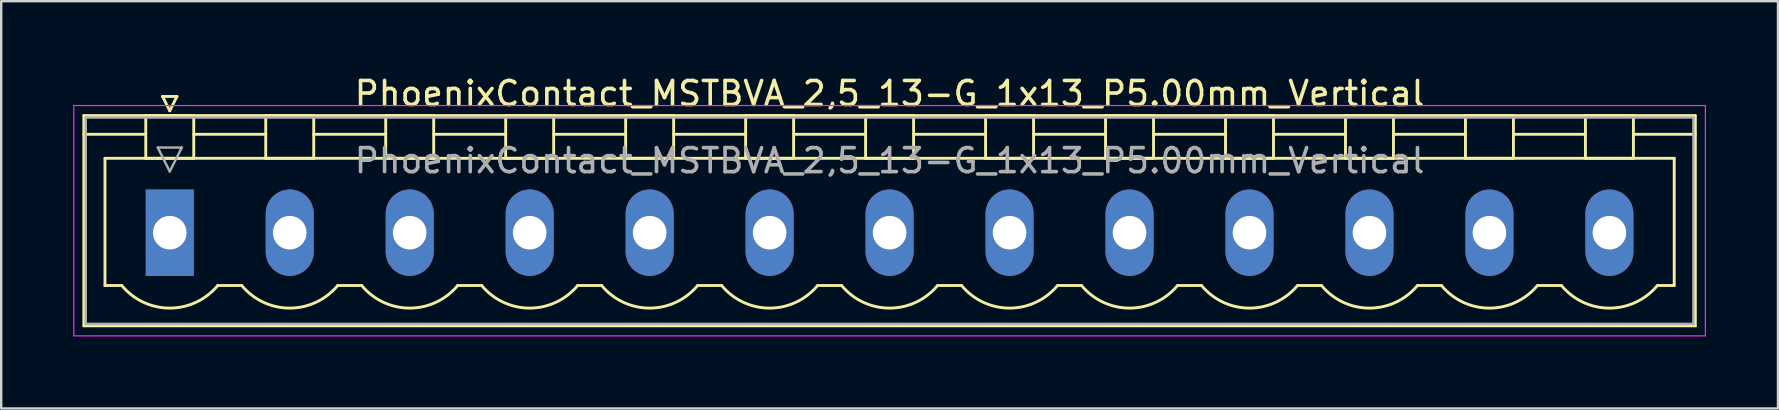
<source format=kicad_pcb>
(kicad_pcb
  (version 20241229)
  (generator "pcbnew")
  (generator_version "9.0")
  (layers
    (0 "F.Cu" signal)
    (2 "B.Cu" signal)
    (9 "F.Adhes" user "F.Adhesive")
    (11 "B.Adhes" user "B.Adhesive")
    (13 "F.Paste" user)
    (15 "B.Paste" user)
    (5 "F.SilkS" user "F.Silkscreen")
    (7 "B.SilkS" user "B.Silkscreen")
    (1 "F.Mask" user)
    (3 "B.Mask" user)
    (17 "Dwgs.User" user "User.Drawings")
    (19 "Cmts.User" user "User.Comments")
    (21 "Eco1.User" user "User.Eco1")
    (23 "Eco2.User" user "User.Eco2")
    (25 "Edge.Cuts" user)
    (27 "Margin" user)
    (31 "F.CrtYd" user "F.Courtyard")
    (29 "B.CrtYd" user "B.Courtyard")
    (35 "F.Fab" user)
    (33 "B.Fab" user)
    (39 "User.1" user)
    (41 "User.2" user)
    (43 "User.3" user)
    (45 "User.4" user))
  (footprint "PhoenixContact_MSTBVA_2,5_13-G_1x13_P5.00mm_Vertical"
    (layer "F.Cu")
    (at 4.025 6.648)
    (property "Reference" "PhoenixContact_MSTBVA_2,5_13-G_1x13_P5.00mm_Vertical" (at 30 -5.8 0) (layer "F.SilkS") (effects (font (size 1 1) (thickness 0.15))))
    (attr through_hole)
    (fp_line (start -3.58 -4.88) (end -3.58 3.88) (stroke (width 0.12) (type solid)) (layer "F.SilkS"))
    (fp_line (start -3.58 -4.1) (end -1.08 -4.1) (stroke (width 0.12) (type solid)) (layer "F.SilkS"))
    (fp_line (start -3.58 3.88) (end 63.58 3.88) (stroke (width 0.12) (type solid)) (layer "F.SilkS"))
    (fp_line (start -2.7 -3.1) (end 62.7 -3.1) (stroke (width 0.12) (type solid)) (layer "F.SilkS"))
    (fp_line (start -2.7 2.2) (end -2.7 -3.1) (stroke (width 0.12) (type solid)) (layer "F.SilkS"))
    (fp_line (start -2 2.2) (end -2.7 2.2) (stroke (width 0.12) (type solid)) (layer "F.SilkS"))
    (fp_line (start -1 -4.88) (end 1 -4.88) (stroke (width 0.12) (type solid)) (layer "F.SilkS"))
    (fp_line (start -1 -3.1) (end -1 -4.88) (stroke (width 0.12) (type solid)) (layer "F.SilkS"))
    (fp_line (start -0.3 -5.68) (end 0.3 -5.68) (stroke (width 0.12) (type solid)) (layer "F.SilkS"))
    (fp_line (start 0 -5.08) (end -0.3 -5.68) (stroke (width 0.12) (type solid)) (layer "F.SilkS"))
    (fp_line (start 0.3 -5.68) (end 0 -5.08) (stroke (width 0.12) (type solid)) (layer "F.SilkS"))
    (fp_line (start 1 -4.88) (end 1 -3.1) (stroke (width 0.12) (type solid)) (layer "F.SilkS"))
    (fp_line (start 1 -4.1) (end 4 -4.1) (stroke (width 0.12) (type solid)) (layer "F.SilkS"))
    (fp_line (start 1 -3.1) (end -1 -3.1) (stroke (width 0.12) (type solid)) (layer "F.SilkS"))
    (fp_line (start 2 2.2) (end 3 2.2) (stroke (width 0.12) (type solid)) (layer "F.SilkS"))
    (fp_line (start 4 -4.88) (end 6 -4.88) (stroke (width 0.12) (type solid)) (layer "F.SilkS"))
    (fp_line (start 4 -3.1) (end 4 -4.88) (stroke (width 0.12) (type solid)) (layer "F.SilkS"))
    (fp_line (start 6 -4.88) (end 6 -3.1) (stroke (width 0.12) (type solid)) (layer "F.SilkS"))
    (fp_line (start 6 -4.1) (end 9 -4.1) (stroke (width 0.12) (type solid)) (layer "F.SilkS"))
    (fp_line (start 6 -3.1) (end 4 -3.1) (stroke (width 0.12) (type solid)) (layer "F.SilkS"))
    (fp_line (start 7 2.2) (end 8 2.2) (stroke (width 0.12) (type solid)) (layer "F.SilkS"))
    (fp_line (start 9 -4.88) (end 11 -4.88) (stroke (width 0.12) (type solid)) (layer "F.SilkS"))
    (fp_line (start 9 -3.1) (end 9 -4.88) (stroke (width 0.12) (type solid)) (layer "F.SilkS"))
    (fp_line (start 11 -4.88) (end 11 -3.1) (stroke (width 0.12) (type solid)) (layer "F.SilkS"))
    (fp_line (start 11 -4.1) (end 14 -4.1) (stroke (width 0.12) (type solid)) (layer "F.SilkS"))
    (fp_line (start 11 -3.1) (end 9 -3.1) (stroke (width 0.12) (type solid)) (layer "F.SilkS"))
    (fp_line (start 12 2.2) (end 13 2.2) (stroke (width 0.12) (type solid)) (layer "F.SilkS"))
    (fp_line (start 14 -4.88) (end 16 -4.88) (stroke (width 0.12) (type solid)) (layer "F.SilkS"))
    (fp_line (start 14 -3.1) (end 14 -4.88) (stroke (width 0.12) (type solid)) (layer "F.SilkS"))
    (fp_line (start 16 -4.88) (end 16 -3.1) (stroke (width 0.12) (type solid)) (layer "F.SilkS"))
    (fp_line (start 16 -4.1) (end 19 -4.1) (stroke (width 0.12) (type solid)) (layer "F.SilkS"))
    (fp_line (start 16 -3.1) (end 14 -3.1) (stroke (width 0.12) (type solid)) (layer "F.SilkS"))
    (fp_line (start 17 2.2) (end 18 2.2) (stroke (width 0.12) (type solid)) (layer "F.SilkS"))
    (fp_line (start 19 -4.88) (end 21 -4.88) (stroke (width 0.12) (type solid)) (layer "F.SilkS"))
    (fp_line (start 19 -3.1) (end 19 -4.88) (stroke (width 0.12) (type solid)) (layer "F.SilkS"))
    (fp_line (start 21 -4.88) (end 21 -3.1) (stroke (width 0.12) (type solid)) (layer "F.SilkS"))
    (fp_line (start 21 -4.1) (end 24 -4.1) (stroke (width 0.12) (type solid)) (layer "F.SilkS"))
    (fp_line (start 21 -3.1) (end 19 -3.1) (stroke (width 0.12) (type solid)) (layer "F.SilkS"))
    (fp_line (start 22 2.2) (end 23 2.2) (stroke (width 0.12) (type solid)) (layer "F.SilkS"))
    (fp_line (start 24 -4.88) (end 26 -4.88) (stroke (width 0.12) (type solid)) (layer "F.SilkS"))
    (fp_line (start 24 -3.1) (end 24 -4.88) (stroke (width 0.12) (type solid)) (layer "F.SilkS"))
    (fp_line (start 26 -4.88) (end 26 -3.1) (stroke (width 0.12) (type solid)) (layer "F.SilkS"))
    (fp_line (start 26 -4.1) (end 29 -4.1) (stroke (width 0.12) (type solid)) (layer "F.SilkS"))
    (fp_line (start 26 -3.1) (end 24 -3.1) (stroke (width 0.12) (type solid)) (layer "F.SilkS"))
    (fp_line (start 27 2.2) (end 28 2.2) (stroke (width 0.12) (type solid)) (layer "F.SilkS"))
    (fp_line (start 29 -4.88) (end 31 -4.88) (stroke (width 0.12) (type solid)) (layer "F.SilkS"))
    (fp_line (start 29 -3.1) (end 29 -4.88) (stroke (width 0.12) (type solid)) (layer "F.SilkS"))
    (fp_line (start 31 -4.88) (end 31 -3.1) (stroke (width 0.12) (type solid)) (layer "F.SilkS"))
    (fp_line (start 31 -4.1) (end 34 -4.1) (stroke (width 0.12) (type solid)) (layer "F.SilkS"))
    (fp_line (start 31 -3.1) (end 29 -3.1) (stroke (width 0.12) (type solid)) (layer "F.SilkS"))
    (fp_line (start 32 2.2) (end 33 2.2) (stroke (width 0.12) (type solid)) (layer "F.SilkS"))
    (fp_line (start 34 -4.88) (end 36 -4.88) (stroke (width 0.12) (type solid)) (layer "F.SilkS"))
    (fp_line (start 34 -3.1) (end 34 -4.88) (stroke (width 0.12) (type solid)) (layer "F.SilkS"))
    (fp_line (start 36 -4.88) (end 36 -3.1) (stroke (width 0.12) (type solid)) (layer "F.SilkS"))
    (fp_line (start 36 -4.1) (end 39 -4.1) (stroke (width 0.12) (type solid)) (layer "F.SilkS"))
    (fp_line (start 36 -3.1) (end 34 -3.1) (stroke (width 0.12) (type solid)) (layer "F.SilkS"))
    (fp_line (start 37 2.2) (end 38 2.2) (stroke (width 0.12) (type solid)) (layer "F.SilkS"))
    (fp_line (start 39 -4.88) (end 41 -4.88) (stroke (width 0.12) (type solid)) (layer "F.SilkS"))
    (fp_line (start 39 -3.1) (end 39 -4.88) (stroke (width 0.12) (type solid)) (layer "F.SilkS"))
    (fp_line (start 41 -4.88) (end 41 -3.1) (stroke (width 0.12) (type solid)) (layer "F.SilkS"))
    (fp_line (start 41 -4.1) (end 44 -4.1) (stroke (width 0.12) (type solid)) (layer "F.SilkS"))
    (fp_line (start 41 -3.1) (end 39 -3.1) (stroke (width 0.12) (type solid)) (layer "F.SilkS"))
    (fp_line (start 42 2.2) (end 43 2.2) (stroke (width 0.12) (type solid)) (layer "F.SilkS"))
    (fp_line (start 44 -4.88) (end 46 -4.88) (stroke (width 0.12) (type solid)) (layer "F.SilkS"))
    (fp_line (start 44 -3.1) (end 44 -4.88) (stroke (width 0.12) (type solid)) (layer "F.SilkS"))
    (fp_line (start 46 -4.88) (end 46 -3.1) (stroke (width 0.12) (type solid)) (layer "F.SilkS"))
    (fp_line (start 46 -4.1) (end 49 -4.1) (stroke (width 0.12) (type solid)) (layer "F.SilkS"))
    (fp_line (start 46 -3.1) (end 44 -3.1) (stroke (width 0.12) (type solid)) (layer "F.SilkS"))
    (fp_line (start 47 2.2) (end 48 2.2) (stroke (width 0.12) (type solid)) (layer "F.SilkS"))
    (fp_line (start 49 -4.88) (end 51 -4.88) (stroke (width 0.12) (type solid)) (layer "F.SilkS"))
    (fp_line (start 49 -3.1) (end 49 -4.88) (stroke (width 0.12) (type solid)) (layer "F.SilkS"))
    (fp_line (start 51 -4.88) (end 51 -3.1) (stroke (width 0.12) (type solid)) (layer "F.SilkS"))
    (fp_line (start 51 -4.1) (end 54 -4.1) (stroke (width 0.12) (type solid)) (layer "F.SilkS"))
    (fp_line (start 51 -3.1) (end 49 -3.1) (stroke (width 0.12) (type solid)) (layer "F.SilkS"))
    (fp_line (start 52 2.2) (end 53 2.2) (stroke (width 0.12) (type solid)) (layer "F.SilkS"))
    (fp_line (start 54 -4.88) (end 56 -4.88) (stroke (width 0.12) (type solid)) (layer "F.SilkS"))
    (fp_line (start 54 -3.1) (end 54 -4.88) (stroke (width 0.12) (type solid)) (layer "F.SilkS"))
    (fp_line (start 56 -4.88) (end 56 -3.1) (stroke (width 0.12) (type solid)) (layer "F.SilkS"))
    (fp_line (start 56 -4.1) (end 59 -4.1) (stroke (width 0.12) (type solid)) (layer "F.SilkS"))
    (fp_line (start 56 -3.1) (end 54 -3.1) (stroke (width 0.12) (type solid)) (layer "F.SilkS"))
    (fp_line (start 57 2.2) (end 58 2.2) (stroke (width 0.12) (type solid)) (layer "F.SilkS"))
    (fp_line (start 59 -4.88) (end 61 -4.88) (stroke (width 0.12) (type solid)) (layer "F.SilkS"))
    (fp_line (start 59 -3.1) (end 59 -4.88) (stroke (width 0.12) (type solid)) (layer "F.SilkS"))
    (fp_line (start 61 -4.88) (end 61 -3.1) (stroke (width 0.12) (type solid)) (layer "F.SilkS"))
    (fp_line (start 61 -3.1) (end 59 -3.1) (stroke (width 0.12) (type solid)) (layer "F.SilkS"))
    (fp_line (start 62.7 -3.1) (end 62.7 2.2) (stroke (width 0.12) (type solid)) (layer "F.SilkS"))
    (fp_line (start 62.7 2.2) (end 62 2.2) (stroke (width 0.12) (type solid)) (layer "F.SilkS"))
    (fp_line (start 63.58 -4.88) (end -3.58 -4.88) (stroke (width 0.12) (type solid)) (layer "F.SilkS"))
    (fp_line (start 63.58 -4.1) (end 61.08 -4.1) (stroke (width 0.12) (type solid)) (layer "F.SilkS"))
    (fp_line (start 63.58 3.88) (end 63.58 -4.88) (stroke (width 0.12) (type solid)) (layer "F.SilkS"))
    (fp_arc (start 1.986842 2.215821) (mid -0.010289 3.142758) (end -2 2.2) (stroke (width 0.12) (type solid)) (layer "F.SilkS"))
    (fp_arc (start 6.986842 2.215821) (mid 4.989711 3.142758) (end 3 2.2) (stroke (width 0.12) (type solid)) (layer "F.SilkS"))
    (fp_arc (start 11.986842 2.215821) (mid 9.989711 3.142758) (end 8 2.2) (stroke (width 0.12) (type solid)) (layer "F.SilkS"))
    (fp_arc (start 16.986842 2.215821) (mid 14.989711 3.142758) (end 13 2.2) (stroke (width 0.12) (type solid)) (layer "F.SilkS"))
    (fp_arc (start 21.986842 2.215821) (mid 19.989711 3.142758) (end 18 2.2) (stroke (width 0.12) (type solid)) (layer "F.SilkS"))
    (fp_arc (start 26.986842 2.215821) (mid 24.989711 3.142758) (end 23 2.2) (stroke (width 0.12) (type solid)) (layer "F.SilkS"))
    (fp_arc (start 31.986842 2.215821) (mid 29.989711 3.142758) (end 28 2.2) (stroke (width 0.12) (type solid)) (layer "F.SilkS"))
    (fp_arc (start 36.986842 2.215821) (mid 34.989711 3.142758) (end 33 2.2) (stroke (width 0.12) (type solid)) (layer "F.SilkS"))
    (fp_arc (start 41.986842 2.215821) (mid 39.989711 3.142758) (end 38 2.2) (stroke (width 0.12) (type solid)) (layer "F.SilkS"))
    (fp_arc (start 46.986842 2.215821) (mid 44.989711 3.142758) (end 43 2.2) (stroke (width 0.12) (type solid)) (layer "F.SilkS"))
    (fp_arc (start 51.986842 2.215821) (mid 49.989711 3.142758) (end 48 2.2) (stroke (width 0.12) (type solid)) (layer "F.SilkS"))
    (fp_arc (start 56.986842 2.215821) (mid 54.989711 3.142758) (end 53 2.2) (stroke (width 0.12) (type solid)) (layer "F.SilkS"))
    (fp_arc (start 61.986842 2.215821) (mid 59.989711 3.142758) (end 58 2.2) (stroke (width 0.12) (type solid)) (layer "F.SilkS"))
    (fp_line (start -4 -5.3) (end -4 4.3) (stroke (width 0.05) (type solid)) (layer "F.CrtYd"))
    (fp_line (start -4 4.3) (end 64 4.3) (stroke (width 0.05) (type solid)) (layer "F.CrtYd"))
    (fp_line (start 64 -5.3) (end -4 -5.3) (stroke (width 0.05) (type solid)) (layer "F.CrtYd"))
    (fp_line (start 64 4.3) (end 64 -5.3) (stroke (width 0.05) (type solid)) (layer "F.CrtYd"))
    (fp_line (start -3.5 -4.8) (end -3.5 3.8) (stroke (width 0.1) (type solid)) (layer "F.Fab"))
    (fp_line (start -3.5 3.8) (end 63.5 3.8) (stroke (width 0.1) (type solid)) (layer "F.Fab"))
    (fp_line (start -0.5 -3.55) (end 0.5 -3.55) (stroke (width 0.1) (type solid)) (layer "F.Fab"))
    (fp_line (start 0 -2.55) (end -0.5 -3.55) (stroke (width 0.1) (type solid)) (layer "F.Fab"))
    (fp_line (start 0.5 -3.55) (end 0 -2.55) (stroke (width 0.1) (type solid)) (layer "F.Fab"))
    (fp_line (start 63.5 -4.8) (end -3.5 -4.8) (stroke (width 0.1) (type solid)) (layer "F.Fab"))
    (fp_line (start 63.5 3.8) (end 63.5 -4.8) (stroke (width 0.1) (type solid)) (layer "F.Fab"))
    (fp_text user "${REFERENCE}" (at 30 -3 0) (layer "F.Fab") (effects (font (size 1 1) (thickness 0.15))))
    (pad "1" thru_hole rect (at 0 0) (size 2 3.6) (drill 1.4) (layers "*.Cu" "*.Mask"))
    (pad "2" thru_hole oval (at 5 0) (size 2 3.6) (drill 1.4) (layers "*.Cu" "*.Mask"))
    (pad "3" thru_hole oval (at 10 0) (size 2 3.6) (drill 1.4) (layers "*.Cu" "*.Mask"))
    (pad "4" thru_hole oval (at 15 0) (size 2 3.6) (drill 1.4) (layers "*.Cu" "*.Mask"))
    (pad "5" thru_hole oval (at 20 0) (size 2 3.6) (drill 1.4) (layers "*.Cu" "*.Mask"))
    (pad "6" thru_hole oval (at 25 0) (size 2 3.6) (drill 1.4) (layers "*.Cu" "*.Mask"))
    (pad "7" thru_hole oval (at 30 0) (size 2 3.6) (drill 1.4) (layers "*.Cu" "*.Mask"))
    (pad "8" thru_hole oval (at 35 0) (size 2 3.6) (drill 1.4) (layers "*.Cu" "*.Mask"))
    (pad "9" thru_hole oval (at 40 0) (size 2 3.6) (drill 1.4) (layers "*.Cu" "*.Mask"))
    (pad "10" thru_hole oval (at 45 0) (size 2 3.6) (drill 1.4) (layers "*.Cu" "*.Mask"))
    (pad "11" thru_hole oval (at 50 0) (size 2 3.6) (drill 1.4) (layers "*.Cu" "*.Mask"))
    (pad "12" thru_hole oval (at 55 0) (size 2 3.6) (drill 1.4) (layers "*.Cu" "*.Mask"))
    (pad "13" thru_hole oval (at 60 0) (size 2 3.6) (drill 1.4) (layers "*.Cu" "*.Mask")))
  (gr_rect
    (start -3 -3)
    (end 71.05 13.973)
    (stroke (width 0.1) (type default))
    (fill no)
    (layer "Edge.Cuts")))
</source>
